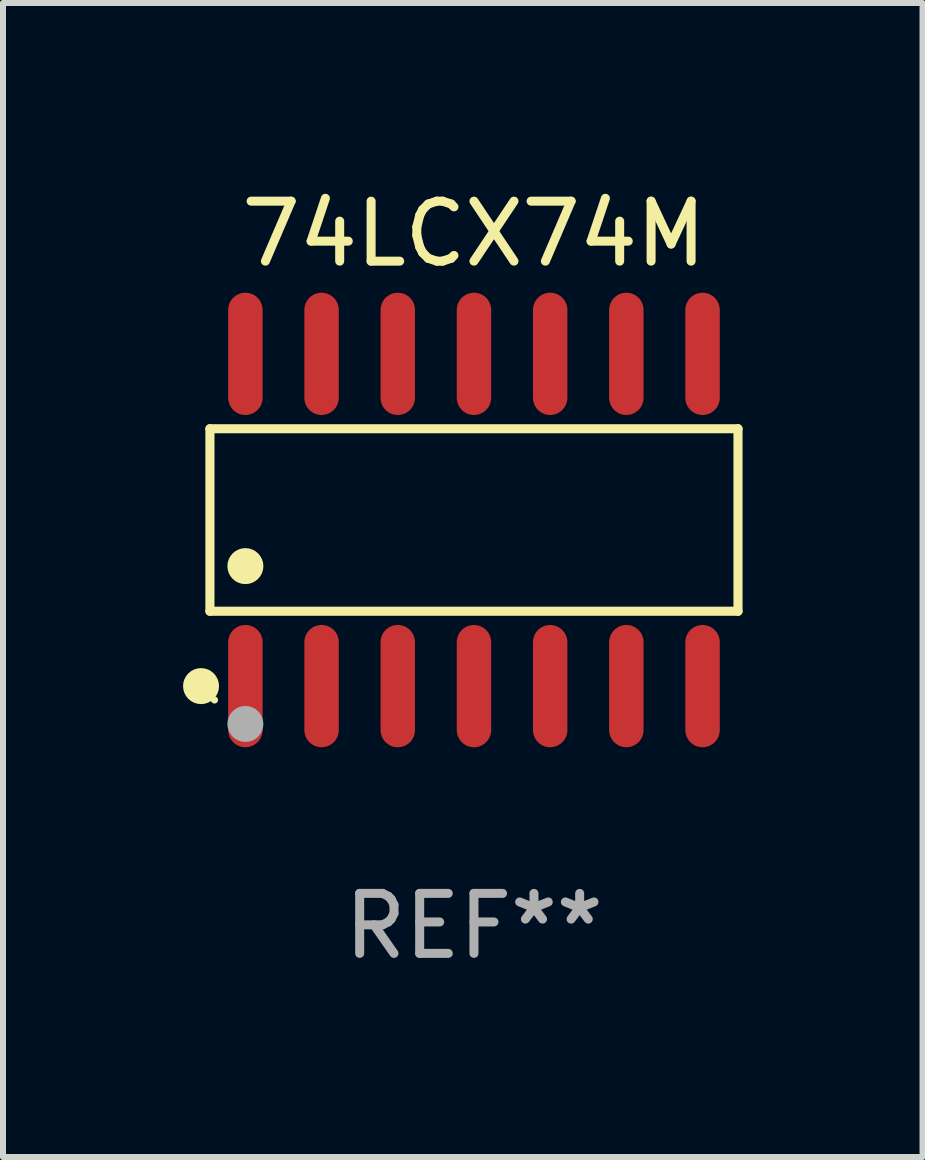
<source format=kicad_pcb>
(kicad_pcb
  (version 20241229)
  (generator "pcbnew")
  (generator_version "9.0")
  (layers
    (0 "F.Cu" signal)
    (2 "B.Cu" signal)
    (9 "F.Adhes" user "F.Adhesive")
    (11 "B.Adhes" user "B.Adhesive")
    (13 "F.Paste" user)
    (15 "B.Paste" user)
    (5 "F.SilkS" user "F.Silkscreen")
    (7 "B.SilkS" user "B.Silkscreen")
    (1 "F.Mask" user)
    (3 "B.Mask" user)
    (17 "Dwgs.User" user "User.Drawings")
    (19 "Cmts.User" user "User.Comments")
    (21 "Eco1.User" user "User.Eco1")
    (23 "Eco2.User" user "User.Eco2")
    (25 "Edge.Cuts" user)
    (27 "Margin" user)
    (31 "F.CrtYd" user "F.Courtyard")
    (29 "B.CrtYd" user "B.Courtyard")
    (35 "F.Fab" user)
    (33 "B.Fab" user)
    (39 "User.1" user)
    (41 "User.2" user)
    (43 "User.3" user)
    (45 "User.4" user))
  (footprint "74LCX74M"
    (layer "F.Cu")
    (at 4.85 5.617)
    (property "Reference" "74LCX74M" (at 0 -4.769 0) (layer "F.SilkS") (effects (font (size 1 1) (thickness 0.15))))
    (attr through_hole)
    (fp_line (start -4.401 -1.521) (end 4.401 -1.521) (stroke (width 0.152) (type solid)) (layer "F.SilkS"))
    (fp_line (start -4.401 1.521) (end -4.401 -1.521) (stroke (width 0.152) (type solid)) (layer "F.SilkS"))
    (fp_line (start 4.401 -1.521) (end 4.401 1.521) (stroke (width 0.152) (type solid)) (layer "F.SilkS"))
    (fp_line (start 4.401 1.521) (end -4.401 1.521) (stroke (width 0.152) (type solid)) (layer "F.SilkS"))
    (fp_circle (center -4.549 2.769) (end -4.399 2.769) (stroke (width 0.3) (type solid)) (fill no) (layer "F.SilkS"))
    (fp_circle (center -4.325 3) (end -4.295 3) (stroke (width 0.06) (type solid)) (fill no) (layer "F.SilkS"))
    (fp_circle (center -3.81 0.769) (end -3.66 0.769) (stroke (width 0.3) (type solid)) (fill no) (layer "F.SilkS"))
    (fp_circle (center -3.81 3.4) (end -3.66 3.4) (stroke (width 0.3) (type solid)) (fill no) (layer "F.Fab"))
    (fp_text user "REF**" (at 0 6.769 0) (layer "F.Fab") (effects (font (size 1 1) (thickness 0.15))))
    (pad "1" smd oval (at -3.81 2.769) (size 0.574 2.038) (layers "F.Cu" "F.Mask" "F.Paste"))
    (pad "2" smd oval (at -2.54 2.769) (size 0.574 2.038) (layers "F.Cu" "F.Mask" "F.Paste"))
    (pad "3" smd oval (at -1.27 2.769) (size 0.574 2.038) (layers "F.Cu" "F.Mask" "F.Paste"))
    (pad "4" smd oval (at 0 2.769) (size 0.574 2.038) (layers "F.Cu" "F.Mask" "F.Paste"))
    (pad "5" smd oval (at 1.27 2.769) (size 0.574 2.038) (layers "F.Cu" "F.Mask" "F.Paste"))
    (pad "6" smd oval (at 2.54 2.769) (size 0.574 2.038) (layers "F.Cu" "F.Mask" "F.Paste"))
    (pad "7" smd oval (at 3.81 2.769) (size 0.574 2.038) (layers "F.Cu" "F.Mask" "F.Paste"))
    (pad "8" smd oval (at 3.81 -2.769) (size 0.574 2.038) (layers "F.Cu" "F.Mask" "F.Paste"))
    (pad "9" smd oval (at 2.54 -2.769) (size 0.574 2.038) (layers "F.Cu" "F.Mask" "F.Paste"))
    (pad "10" smd oval (at 1.27 -2.769) (size 0.574 2.038) (layers "F.Cu" "F.Mask" "F.Paste"))
    (pad "11" smd oval (at 0 -2.769) (size 0.574 2.038) (layers "F.Cu" "F.Mask" "F.Paste"))
    (pad "12" smd oval (at -1.27 -2.769) (size 0.574 2.038) (layers "F.Cu" "F.Mask" "F.Paste"))
    (pad "13" smd oval (at -2.54 -2.769) (size 0.574 2.038) (layers "F.Cu" "F.Mask" "F.Paste"))
    (pad "14" smd oval (at -3.81 -2.769) (size 0.574 2.038) (layers "F.Cu" "F.Mask" "F.Paste")))
  (gr_rect
    (start -3 -3)
    (end 12.327 16.235)
    (stroke (width 0.1) (type default))
    (fill no)
    (layer "Edge.Cuts")))
</source>
